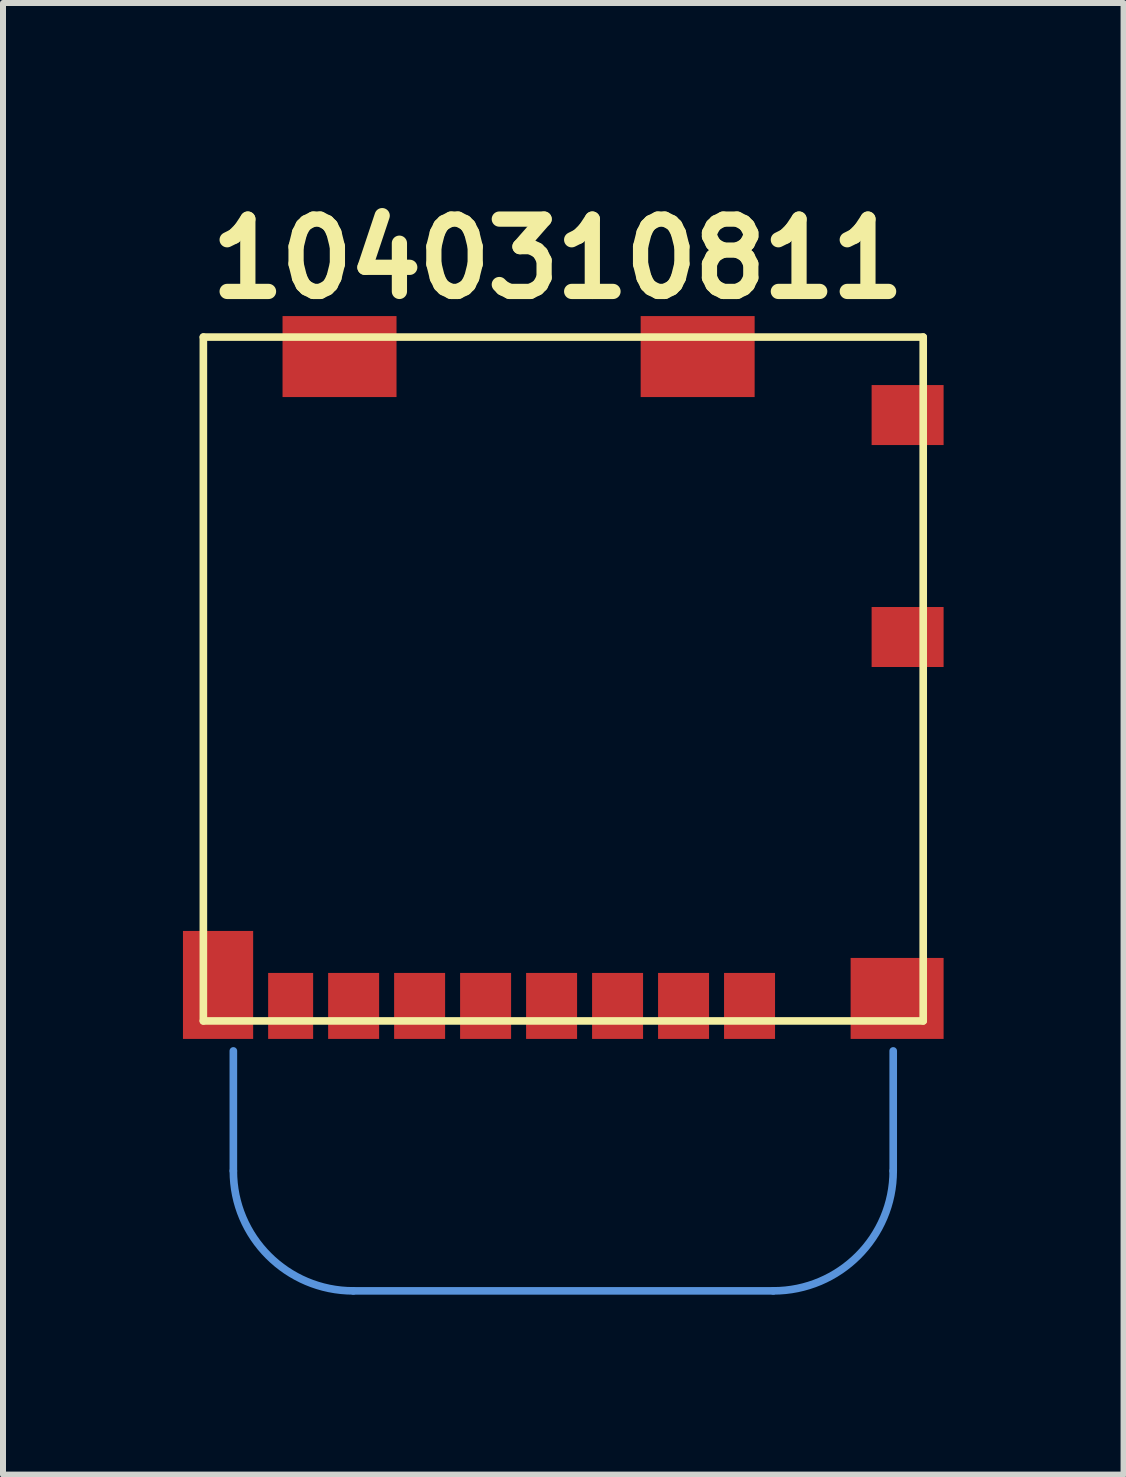
<source format=kicad_pcb>
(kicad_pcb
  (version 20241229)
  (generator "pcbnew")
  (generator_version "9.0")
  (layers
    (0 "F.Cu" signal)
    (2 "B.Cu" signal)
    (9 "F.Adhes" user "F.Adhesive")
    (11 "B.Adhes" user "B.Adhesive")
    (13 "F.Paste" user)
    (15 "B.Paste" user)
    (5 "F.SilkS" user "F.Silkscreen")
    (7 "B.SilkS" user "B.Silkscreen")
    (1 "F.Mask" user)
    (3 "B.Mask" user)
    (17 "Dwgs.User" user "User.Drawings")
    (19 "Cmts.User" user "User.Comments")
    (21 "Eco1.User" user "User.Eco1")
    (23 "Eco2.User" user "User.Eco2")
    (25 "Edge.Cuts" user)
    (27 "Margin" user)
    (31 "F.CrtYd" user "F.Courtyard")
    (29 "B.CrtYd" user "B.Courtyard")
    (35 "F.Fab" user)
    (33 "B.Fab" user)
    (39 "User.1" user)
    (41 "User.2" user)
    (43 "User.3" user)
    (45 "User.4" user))
  (footprint "1040310811"
    (layer "F.Cu")
    (at 0.34 13.969)
    (property "Reference" "1040310811" (at 0 -12 0) (layer "F.SilkS") (effects (font (size 1.206 1.206) (thickness 0.254)) (justify left bottom)))
    (attr through_hole)
    (fp_line (start 0 -11.4) (end 0 0) (stroke (width 0.127) (type solid)) (layer "F.SilkS"))
    (fp_line (start 0 0) (end 12 0) (stroke (width 0.127) (type solid)) (layer "F.SilkS"))
    (fp_line (start 12 -11.4) (end 0 -11.4) (stroke (width 0.127) (type solid)) (layer "F.SilkS"))
    (fp_line (start 12 0) (end 12 -11.4) (stroke (width 0.127) (type solid)) (layer "F.SilkS"))
    (fp_line (start 0.5 0.5) (end 0.5 2.5) (stroke (width 0.127) (type solid)) (layer "Cmts.User"))
    (fp_line (start 2.5 4.5) (end 9.5 4.5) (stroke (width 0.127) (type solid)) (layer "Cmts.User"))
    (fp_line (start 11.5 2.5) (end 11.5 0.5) (stroke (width 0.127) (type solid)) (layer "Cmts.User"))
    (fp_arc (start 2.5 4.5) (mid 1.085786 3.914214) (end 0.5 2.5) (stroke (width 0.127) (type solid)) (layer "Cmts.User"))
    (fp_arc (start 11.5 2.5) (mid 10.914214 3.914214) (end 9.5 4.5) (stroke (width 0.127) (type solid)) (layer "Cmts.User"))
    (pad "CD$1" smd rect (at 11.74 -10.1) (size 1.2 1) (layers "F.Cu" "F.Mask" "F.Paste"))
    (pad "CD$2" smd rect (at 11.74 -6.4) (size 1.2 1) (layers "F.Cu" "F.Mask" "F.Paste"))
    (pad "G$1" smd rect (at 11.565 -0.375) (size 1.55 1.35) (layers "F.Cu" "F.Mask" "F.Paste"))
    (pad "G$2" smd rect (at 0.245 -0.6 90) (size 1.8 1.17) (layers "F.Cu" "F.Mask" "F.Paste"))
    (pad "G$3" smd rect (at 2.27 -11.075 180) (size 1.9 1.35) (layers "F.Cu" "F.Mask" "F.Paste"))
    (pad "G$4" smd rect (at 8.24 -11.075 180) (size 1.9 1.35) (layers "F.Cu" "F.Mask" "F.Paste"))
    (pad "P$1" smd rect (at 9.105 -0.25) (size 0.85 1.1) (layers "F.Cu" "F.Mask" "F.Paste"))
    (pad "P$2" smd rect (at 8.005 -0.25) (size 0.85 1.1) (layers "F.Cu" "F.Mask" "F.Paste"))
    (pad "P$3" smd rect (at 6.905 -0.25) (size 0.85 1.1) (layers "F.Cu" "F.Mask" "F.Paste"))
    (pad "P$4" smd rect (at 5.805 -0.25) (size 0.85 1.1) (layers "F.Cu" "F.Mask" "F.Paste"))
    (pad "P$5" smd rect (at 4.705 -0.25) (size 0.85 1.1) (layers "F.Cu" "F.Mask" "F.Paste"))
    (pad "P$6" smd rect (at 3.605 -0.25) (size 0.85 1.1) (layers "F.Cu" "F.Mask" "F.Paste"))
    (pad "P$7" smd rect (at 2.505 -0.25) (size 0.85 1.1) (layers "F.Cu" "F.Mask" "F.Paste"))
    (pad "P$8" smd rect (at 1.455 -0.25) (size 0.75 1.1) (layers "F.Cu" "F.Mask" "F.Paste")))
  (gr_rect
    (start -3 -3)
    (end 15.68 21.532)
    (stroke (width 0.1) (type default))
    (fill no)
    (layer "Edge.Cuts")))
</source>
